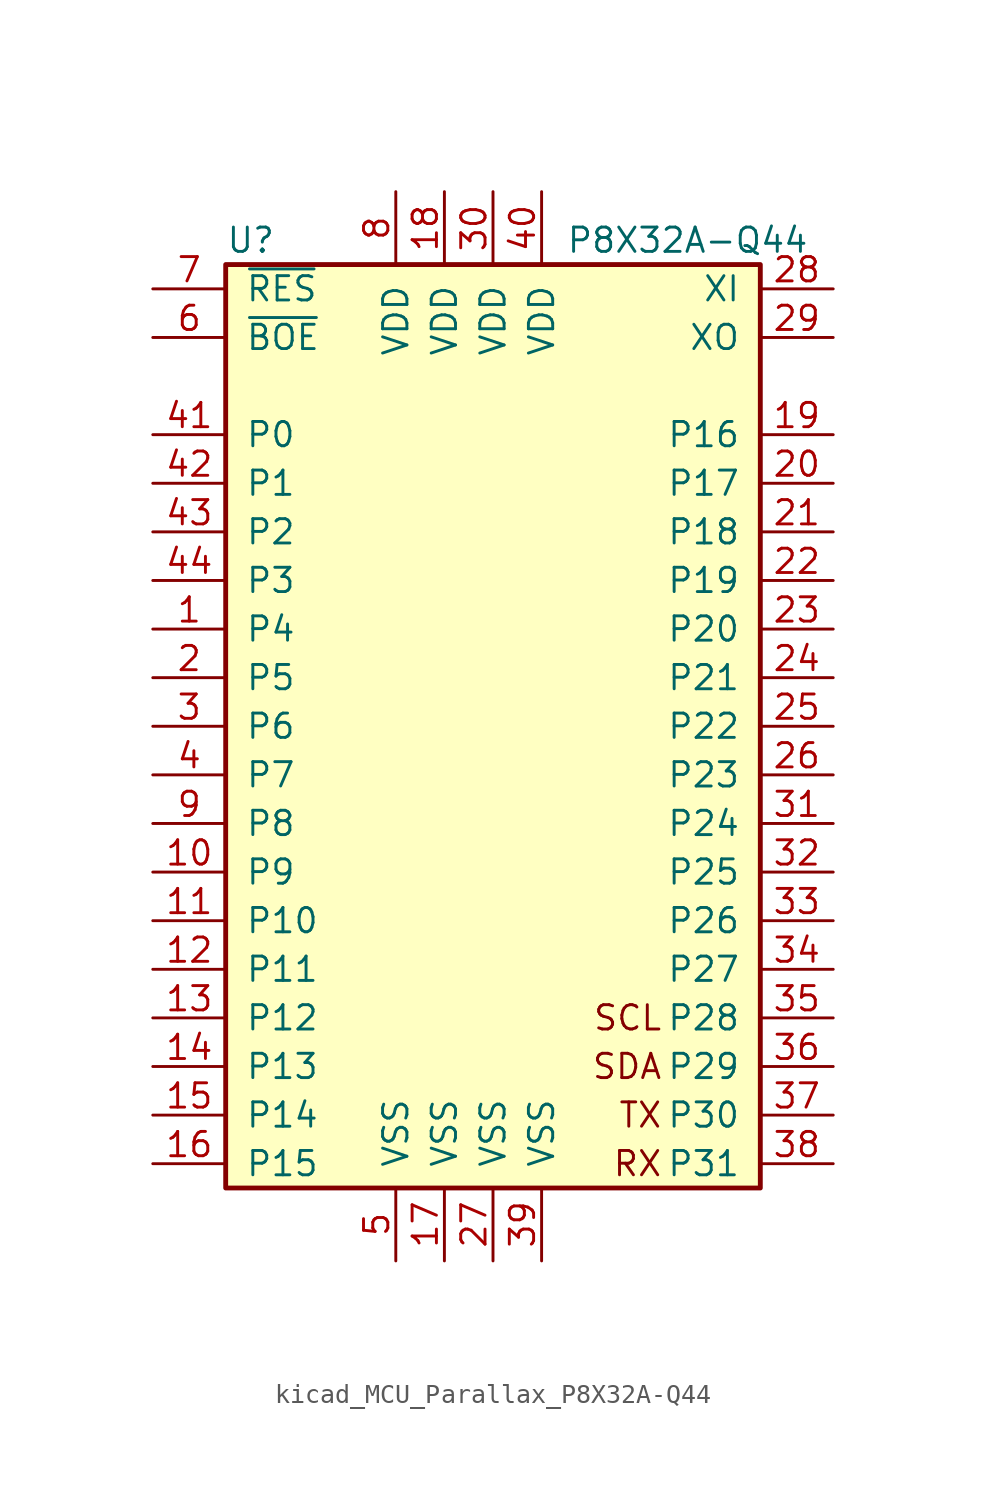
<source format=kicad_sym>
(kicad_symbol_lib
  (version 20220914)
  (generator kicad_symbol_editor)
  (symbol "kicad_MCU_Parallax_P8X32A-Q44"
    (pin_names
      (offset 1.016))
    (property "Reference" "U"
      (at -13.97 25.4 0)
      (effects (font (size 1.27 1.27)) (justify left)))
    (property "Value" "P8X32A-Q44"
      (at 3.81 25.4 0)
      (effects (font (size 1.27 1.27)) (justify left)))
    (symbol "kicad_MCU_Parallax_P8X32A-Q44_0_1"
      (rectangle (start -13.97 24.13) (end 13.97 -24.13) (stroke (width 0.254) (type default)) (fill (type background)))
      (text "RX" (at 8.89 -22.86 0) (effects (font (size 1.27 1.27)) (justify right)))
      (text "SCL" (at 8.89 -15.24 0) (effects (font (size 1.27 1.27)) (justify right)))
      (text "SDA" (at 8.89 -17.78 0) (effects (font (size 1.27 1.27)) (justify right)))
      (text "TX" (at 8.89 -20.32 0) (effects (font (size 1.27 1.27)) (justify right)))
      (pin bidirectional line (at -17.78 5.08 0) (length 3.81) (name "P4" (effects (font (size 1.27 1.27)))) (number "1" (effects (font (size 1.27 1.27)))))
      (pin bidirectional line (at -17.78 -7.62 0) (length 3.81) (name "P9" (effects (font (size 1.27 1.27)))) (number "10" (effects (font (size 1.27 1.27)))))
      (pin bidirectional line (at -17.78 -10.16 0) (length 3.81) (name "P10" (effects (font (size 1.27 1.27)))) (number "11" (effects (font (size 1.27 1.27)))))
      (pin bidirectional line (at -17.78 -12.7 0) (length 3.81) (name "P11" (effects (font (size 1.27 1.27)))) (number "12" (effects (font (size 1.27 1.27)))))
      (pin bidirectional line (at -17.78 -15.24 0) (length 3.81) (name "P12" (effects (font (size 1.27 1.27)))) (number "13" (effects (font (size 1.27 1.27)))))
      (pin bidirectional line (at -17.78 -17.78 0) (length 3.81) (name "P13" (effects (font (size 1.27 1.27)))) (number "14" (effects (font (size 1.27 1.27)))))
      (pin bidirectional line (at -17.78 -20.32 0) (length 3.81) (name "P14" (effects (font (size 1.27 1.27)))) (number "15" (effects (font (size 1.27 1.27)))))
      (pin bidirectional line (at -17.78 -22.86 0) (length 3.81) (name "P15" (effects (font (size 1.27 1.27)))) (number "16" (effects (font (size 1.27 1.27)))))
      (pin power_in line (at -2.54 -27.94 90) (length 3.81) (name "VSS" (effects (font (size 1.27 1.27)))) (number "17" (effects (font (size 1.27 1.27)))))
      (pin power_in line (at -2.54 27.94 270) (length 3.81) (name "VDD" (effects (font (size 1.27 1.27)))) (number "18" (effects (font (size 1.27 1.27)))))
      (pin bidirectional line (at 17.78 15.24 180) (length 3.81) (name "P16" (effects (font (size 1.27 1.27)))) (number "19" (effects (font (size 1.27 1.27)))))
      (pin bidirectional line (at -17.78 2.54 0) (length 3.81) (name "P5" (effects (font (size 1.27 1.27)))) (number "2" (effects (font (size 1.27 1.27)))))
      (pin bidirectional line (at 17.78 12.7 180) (length 3.81) (name "P17" (effects (font (size 1.27 1.27)))) (number "20" (effects (font (size 1.27 1.27)))))
      (pin bidirectional line (at 17.78 10.16 180) (length 3.81) (name "P18" (effects (font (size 1.27 1.27)))) (number "21" (effects (font (size 1.27 1.27)))))
      (pin bidirectional line (at 17.78 7.62 180) (length 3.81) (name "P19" (effects (font (size 1.27 1.27)))) (number "22" (effects (font (size 1.27 1.27)))))
      (pin bidirectional line (at 17.78 5.08 180) (length 3.81) (name "P20" (effects (font (size 1.27 1.27)))) (number "23" (effects (font (size 1.27 1.27)))))
      (pin bidirectional line (at 17.78 2.54 180) (length 3.81) (name "P21" (effects (font (size 1.27 1.27)))) (number "24" (effects (font (size 1.27 1.27)))))
      (pin bidirectional line (at 17.78 0 180) (length 3.81) (name "P22" (effects (font (size 1.27 1.27)))) (number "25" (effects (font (size 1.27 1.27)))))
      (pin bidirectional line (at 17.78 -2.54 180) (length 3.81) (name "P23" (effects (font (size 1.27 1.27)))) (number "26" (effects (font (size 1.27 1.27)))))
      (pin power_in line (at 0 -27.94 90) (length 3.81) (name "VSS" (effects (font (size 1.27 1.27)))) (number "27" (effects (font (size 1.27 1.27)))))
      (pin input line (at 17.78 22.86 180) (length 3.81) (name "XI" (effects (font (size 1.27 1.27)))) (number "28" (effects (font (size 1.27 1.27)))))
      (pin output line (at 17.78 20.32 180) (length 3.81) (name "XO" (effects (font (size 1.27 1.27)))) (number "29" (effects (font (size 1.27 1.27)))))
      (pin bidirectional line (at -17.78 0 0) (length 3.81) (name "P6" (effects (font (size 1.27 1.27)))) (number "3" (effects (font (size 1.27 1.27)))))
      (pin power_in line (at 0 27.94 270) (length 3.81) (name "VDD" (effects (font (size 1.27 1.27)))) (number "30" (effects (font (size 1.27 1.27)))))
      (pin bidirectional line (at 17.78 -5.08 180) (length 3.81) (name "P24" (effects (font (size 1.27 1.27)))) (number "31" (effects (font (size 1.27 1.27)))))
      (pin bidirectional line (at 17.78 -7.62 180) (length 3.81) (name "P25" (effects (font (size 1.27 1.27)))) (number "32" (effects (font (size 1.27 1.27)))))
      (pin bidirectional line (at 17.78 -10.16 180) (length 3.81) (name "P26" (effects (font (size 1.27 1.27)))) (number "33" (effects (font (size 1.27 1.27)))))
      (pin bidirectional line (at 17.78 -12.7 180) (length 3.81) (name "P27" (effects (font (size 1.27 1.27)))) (number "34" (effects (font (size 1.27 1.27)))))
      (pin bidirectional line (at 17.78 -15.24 180) (length 3.81) (name "P28" (effects (font (size 1.27 1.27)))) (number "35" (effects (font (size 1.27 1.27)))))
      (pin bidirectional line (at 17.78 -17.78 180) (length 3.81) (name "P29" (effects (font (size 1.27 1.27)))) (number "36" (effects (font (size 1.27 1.27)))))
      (pin bidirectional line (at 17.78 -20.32 180) (length 3.81) (name "P30" (effects (font (size 1.27 1.27)))) (number "37" (effects (font (size 1.27 1.27)))))
      (pin bidirectional line (at 17.78 -22.86 180) (length 3.81) (name "P31" (effects (font (size 1.27 1.27)))) (number "38" (effects (font (size 1.27 1.27)))))
      (pin power_in line (at 2.54 -27.94 90) (length 3.81) (name "VSS" (effects (font (size 1.27 1.27)))) (number "39" (effects (font (size 1.27 1.27)))))
      (pin bidirectional line (at -17.78 -2.54 0) (length 3.81) (name "P7" (effects (font (size 1.27 1.27)))) (number "4" (effects (font (size 1.27 1.27)))))
      (pin power_in line (at 2.54 27.94 270) (length 3.81) (name "VDD" (effects (font (size 1.27 1.27)))) (number "40" (effects (font (size 1.27 1.27)))))
      (pin bidirectional line (at -17.78 15.24 0) (length 3.81) (name "P0" (effects (font (size 1.27 1.27)))) (number "41" (effects (font (size 1.27 1.27)))))
      (pin bidirectional line (at -17.78 12.7 0) (length 3.81) (name "P1" (effects (font (size 1.27 1.27)))) (number "42" (effects (font (size 1.27 1.27)))))
      (pin bidirectional line (at -17.78 10.16 0) (length 3.81) (name "P2" (effects (font (size 1.27 1.27)))) (number "43" (effects (font (size 1.27 1.27)))))
      (pin bidirectional line (at -17.78 7.62 0) (length 3.81) (name "P3" (effects (font (size 1.27 1.27)))) (number "44" (effects (font (size 1.27 1.27)))))
      (pin power_in line (at -5.08 -27.94 90) (length 3.81) (name "VSS" (effects (font (size 1.27 1.27)))) (number "5" (effects (font (size 1.27 1.27)))))
      (pin input line (at -17.78 20.32 0) (length 3.81) (name "~{BOE}" (effects (font (size 1.27 1.27)))) (number "6" (effects (font (size 1.27 1.27)))))
      (pin bidirectional line (at -17.78 22.86 0) (length 3.81) (name "~{RES}" (effects (font (size 1.27 1.27)))) (number "7" (effects (font (size 1.27 1.27)))))
      (pin power_in line (at -5.08 27.94 270) (length 3.81) (name "VDD" (effects (font (size 1.27 1.27)))) (number "8" (effects (font (size 1.27 1.27)))))
      (pin bidirectional line (at -17.78 -5.08 0) (length 3.81) (name "P8" (effects (font (size 1.27 1.27)))) (number "9" (effects (font (size 1.27 1.27))))))))
</source>
